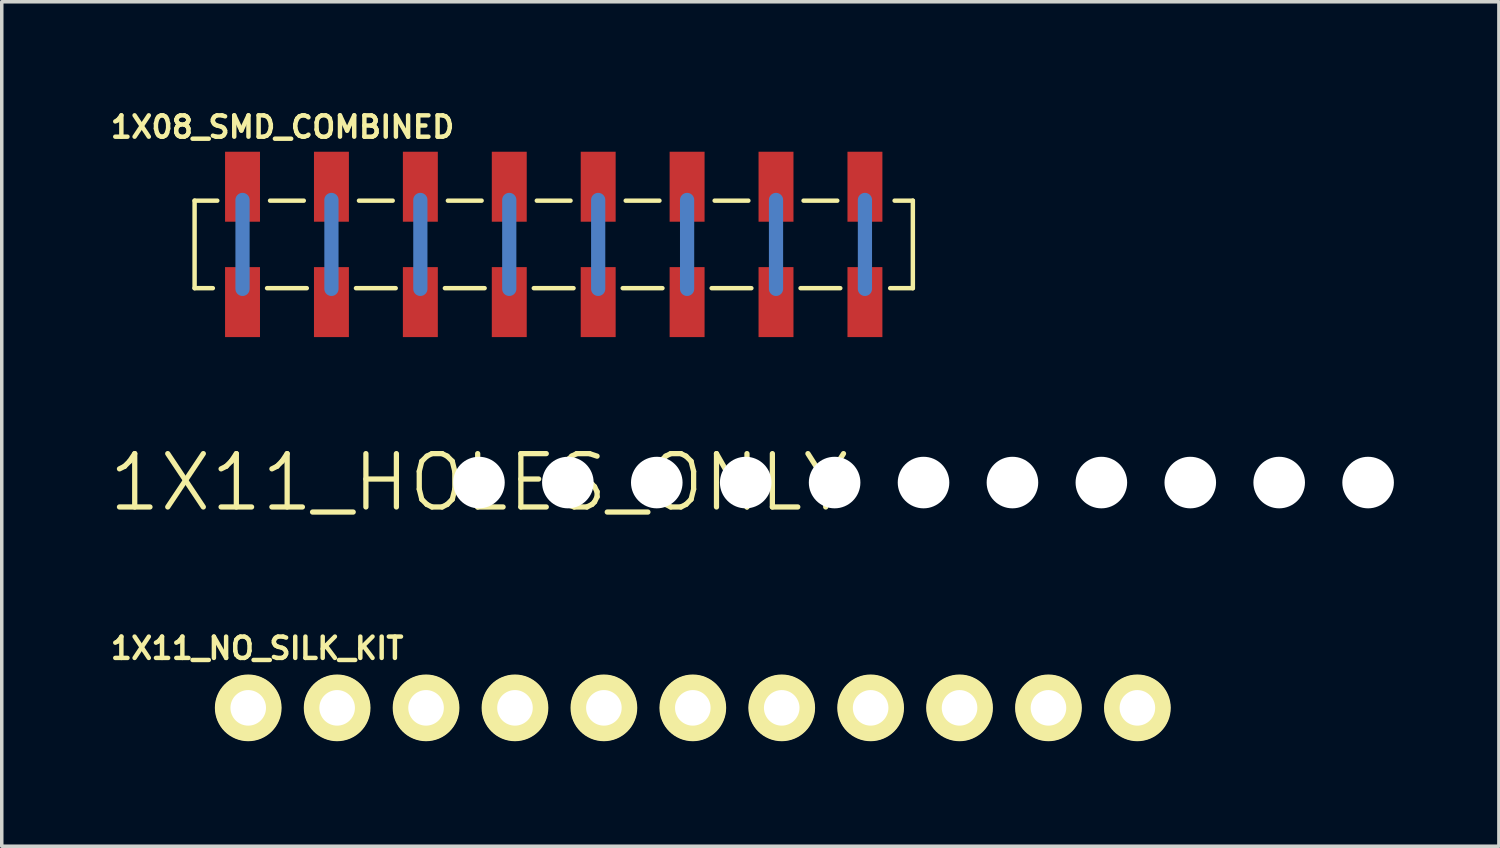
<source format=kicad_pcb>
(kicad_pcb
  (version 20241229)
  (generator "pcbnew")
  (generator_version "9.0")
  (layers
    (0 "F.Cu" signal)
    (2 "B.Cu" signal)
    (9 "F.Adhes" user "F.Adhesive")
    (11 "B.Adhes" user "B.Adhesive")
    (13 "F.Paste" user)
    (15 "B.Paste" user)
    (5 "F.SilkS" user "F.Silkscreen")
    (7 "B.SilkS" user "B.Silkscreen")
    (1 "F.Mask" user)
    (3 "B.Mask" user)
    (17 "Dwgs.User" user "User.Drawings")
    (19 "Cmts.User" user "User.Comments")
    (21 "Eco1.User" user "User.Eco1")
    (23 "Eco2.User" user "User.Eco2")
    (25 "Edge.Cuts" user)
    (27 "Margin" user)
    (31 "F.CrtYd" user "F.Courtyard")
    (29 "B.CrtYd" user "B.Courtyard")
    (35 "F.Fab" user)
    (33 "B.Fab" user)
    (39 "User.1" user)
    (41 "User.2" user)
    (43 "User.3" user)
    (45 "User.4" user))
  (footprint "1X11_HOLES_ONLY"
    (layer "F.Cu")
    (at 10.632 10.735)
    (property "Reference" "1X11_HOLES_ONLY" (at 0 0 0) (layer "F.SilkS") (effects (font (size 1.524 1.524) (thickness 0.15))))
    (attr exclude_from_pos_files exclude_from_bom)
    (fp_circle (center 0 0) (end 0 -0.635) (stroke (width 0.127) (type solid)) (fill no) (layer "Dwgs.User"))
    (fp_circle (center 2.54 0) (end 2.54 -0.635) (stroke (width 0.127) (type solid)) (fill no) (layer "Dwgs.User"))
    (fp_circle (center 5.08 0) (end 5.08 -0.635) (stroke (width 0.127) (type solid)) (fill no) (layer "Dwgs.User"))
    (fp_circle (center 7.62 0) (end 7.62 -0.635) (stroke (width 0.127) (type solid)) (fill no) (layer "Dwgs.User"))
    (fp_circle (center 10.16 0) (end 10.16 -0.635) (stroke (width 0.127) (type solid)) (fill no) (layer "Dwgs.User"))
    (fp_circle (center 12.7 0) (end 12.7 -0.635) (stroke (width 0.127) (type solid)) (fill no) (layer "Dwgs.User"))
    (fp_circle (center 15.24 0) (end 15.24 -0.635) (stroke (width 0.127) (type solid)) (fill no) (layer "Dwgs.User"))
    (fp_circle (center 17.78 0) (end 17.78 -0.635) (stroke (width 0.127) (type solid)) (fill no) (layer "Dwgs.User"))
    (fp_circle (center 20.32 0) (end 20.32 -0.635) (stroke (width 0.127) (type solid)) (fill no) (layer "Dwgs.User"))
    (fp_circle (center 22.86 0) (end 22.86 -0.635) (stroke (width 0.127) (type solid)) (fill no) (layer "Dwgs.User"))
    (fp_circle (center 25.4 0) (end 25.4 -0.635) (stroke (width 0.127) (type solid)) (fill no) (layer "Dwgs.User"))
    (pad "" np_thru_hole circle (at 0 0) (size 1.473 1.473) (drill 1.473) (layers "*.Cu" "*.Mask"))
    (pad "" np_thru_hole circle (at 2.54 0) (size 1.473 1.473) (drill 1.473) (layers "*.Cu" "*.Mask"))
    (pad "" np_thru_hole circle (at 5.08 0) (size 1.473 1.473) (drill 1.473) (layers "*.Cu" "*.Mask"))
    (pad "" np_thru_hole circle (at 7.62 0) (size 1.473 1.473) (drill 1.473) (layers "*.Cu" "*.Mask"))
    (pad "" np_thru_hole circle (at 10.16 0) (size 1.473 1.473) (drill 1.473) (layers "*.Cu" "*.Mask"))
    (pad "" np_thru_hole circle (at 12.7 0) (size 1.473 1.473) (drill 1.473) (layers "*.Cu" "*.Mask"))
    (pad "" np_thru_hole circle (at 15.24 0) (size 1.473 1.473) (drill 1.473) (layers "*.Cu" "*.Mask"))
    (pad "" np_thru_hole circle (at 17.78 0) (size 1.473 1.473) (drill 1.473) (layers "*.Cu" "*.Mask"))
    (pad "" np_thru_hole circle (at 20.32 0) (size 1.473 1.473) (drill 1.473) (layers "*.Cu" "*.Mask"))
    (pad "" np_thru_hole circle (at 22.86 0) (size 1.473 1.473) (drill 1.473) (layers "*.Cu" "*.Mask"))
    (pad "" np_thru_hole circle (at 25.4 0) (size 1.473 1.473) (drill 1.473) (layers "*.Cu" "*.Mask"))
    (pad "1" thru_hole circle (at 0 0) (size 0.813 0.813) (drill 0.889) (layers "*.Cu" "*.Paste" "*.Mask"))
    (pad "2" thru_hole circle (at 2.54 0) (size 0.813 0.813) (drill 0.889) (layers "*.Cu" "*.Paste" "*.Mask"))
    (pad "3" thru_hole circle (at 5.08 0) (size 0.813 0.813) (drill 0.889) (layers "*.Cu" "*.Paste" "*.Mask"))
    (pad "4" thru_hole circle (at 7.62 0) (size 0.813 0.813) (drill 0.889) (layers "*.Cu" "*.Paste" "*.Mask"))
    (pad "5" thru_hole circle (at 10.16 0) (size 0.813 0.813) (drill 0.889) (layers "*.Cu" "*.Paste" "*.Mask"))
    (pad "6" thru_hole circle (at 12.7 0) (size 0.813 0.813) (drill 0.889) (layers "*.Cu" "*.Paste" "*.Mask"))
    (pad "7" thru_hole circle (at 15.24 0) (size 0.813 0.813) (drill 0.889) (layers "*.Cu" "*.Paste" "*.Mask"))
    (pad "8" thru_hole circle (at 17.78 0) (size 0.813 0.813) (drill 0.889) (layers "*.Cu" "*.Paste" "*.Mask"))
    (pad "9" thru_hole circle (at 20.32 0) (size 0.813 0.813) (drill 0.889) (layers "*.Cu" "*.Paste" "*.Mask"))
    (pad "10" thru_hole circle (at 22.86 0) (size 0.813 0.813) (drill 0.889) (layers "*.Cu" "*.Paste" "*.Mask"))
    (pad "11" thru_hole circle (at 25.4 0) (size 0.813 0.813) (drill 0.889) (layers "*.Cu" "*.Paste" "*.Mask")))
  (footprint "1X08_SMD_COMBINED"
    (layer "F.Cu")
    (at 3.878 3.932)
    (property "Reference" "1X08_SMD_COMBINED" (at 1.143 -3.353 0) (layer "F.SilkS") (effects (font (size 0.61 0.61) (thickness 0.127))))
    (attr smd)
    (fp_line (start 0 -1.27) (end 0 1.27) (stroke (width 0.406) (type solid)) (layer "B.Cu"))
    (fp_line (start 2.54 -1.27) (end 2.54 1.27) (stroke (width 0.406) (type solid)) (layer "B.Cu"))
    (fp_line (start 5.08 -1.27) (end 5.08 1.27) (stroke (width 0.406) (type solid)) (layer "B.Cu"))
    (fp_line (start 7.62 -1.27) (end 7.62 1.27) (stroke (width 0.406) (type solid)) (layer "B.Cu"))
    (fp_line (start 10.16 -1.27) (end 10.16 1.27) (stroke (width 0.406) (type solid)) (layer "B.Cu"))
    (fp_line (start 12.7 -1.27) (end 12.7 1.27) (stroke (width 0.406) (type solid)) (layer "B.Cu"))
    (fp_line (start 15.24 -1.27) (end 15.24 1.27) (stroke (width 0.406) (type solid)) (layer "B.Cu"))
    (fp_line (start 17.78 -1.27) (end 17.78 1.27) (stroke (width 0.406) (type solid)) (layer "B.Cu"))
    (fp_line (start -1.369 -1.25) (end -0.721 -1.25) (stroke (width 0.127) (type solid)) (layer "F.SilkS"))
    (fp_line (start -1.369 1.25) (end -1.369 -1.25) (stroke (width 0.127) (type solid)) (layer "F.SilkS"))
    (fp_line (start -0.848 1.25) (end -1.369 1.25) (stroke (width 0.127) (type solid)) (layer "F.SilkS"))
    (fp_line (start 0.787 -1.25) (end 1.75 -1.25) (stroke (width 0.127) (type solid)) (layer "F.SilkS"))
    (fp_line (start 1.836 1.25) (end 0.701 1.25) (stroke (width 0.127) (type solid)) (layer "F.SilkS"))
    (fp_line (start 3.327 -1.25) (end 4.29 -1.25) (stroke (width 0.127) (type solid)) (layer "F.SilkS"))
    (fp_line (start 4.376 1.25) (end 3.241 1.25) (stroke (width 0.127) (type solid)) (layer "F.SilkS"))
    (fp_line (start 5.867 -1.25) (end 6.83 -1.25) (stroke (width 0.127) (type solid)) (layer "F.SilkS"))
    (fp_line (start 6.916 1.25) (end 5.781 1.25) (stroke (width 0.127) (type solid)) (layer "F.SilkS"))
    (fp_line (start 8.407 -1.25) (end 9.37 -1.25) (stroke (width 0.127) (type solid)) (layer "F.SilkS"))
    (fp_line (start 9.456 1.25) (end 8.321 1.25) (stroke (width 0.127) (type solid)) (layer "F.SilkS"))
    (fp_line (start 10.947 -1.25) (end 11.91 -1.25) (stroke (width 0.127) (type solid)) (layer "F.SilkS"))
    (fp_line (start 11.996 1.25) (end 10.861 1.25) (stroke (width 0.127) (type solid)) (layer "F.SilkS"))
    (fp_line (start 13.487 -1.25) (end 14.45 -1.25) (stroke (width 0.127) (type solid)) (layer "F.SilkS"))
    (fp_line (start 14.536 1.25) (end 13.401 1.25) (stroke (width 0.127) (type solid)) (layer "F.SilkS"))
    (fp_line (start 16.027 -1.25) (end 16.99 -1.25) (stroke (width 0.127) (type solid)) (layer "F.SilkS"))
    (fp_line (start 17.076 1.25) (end 15.941 1.25) (stroke (width 0.127) (type solid)) (layer "F.SilkS"))
    (fp_line (start 18.628 -1.25) (end 19.149 -1.25) (stroke (width 0.127) (type solid)) (layer "F.SilkS"))
    (fp_line (start 19.149 -1.25) (end 19.149 1.25) (stroke (width 0.127) (type solid)) (layer "F.SilkS"))
    (fp_line (start 19.149 1.25) (end 18.501 1.25) (stroke (width 0.127) (type solid)) (layer "F.SilkS"))
    (pad "1" smd rect (at 0 -1.648 90) (size 1.999 0.998) (layers "F.Cu" "F.Mask" "F.Paste"))
    (pad "1@2" smd rect (at 0 1.648 270) (size 1.999 0.998) (layers "F.Cu" "F.Mask" "F.Paste"))
    (pad "2" smd rect (at 2.54 1.648 90) (size 1.999 0.998) (layers "F.Cu" "F.Mask" "F.Paste"))
    (pad "2@2" smd rect (at 2.54 -1.648 270) (size 1.999 0.998) (layers "F.Cu" "F.Mask" "F.Paste"))
    (pad "3" smd rect (at 5.08 -1.648 90) (size 1.999 0.998) (layers "F.Cu" "F.Mask" "F.Paste"))
    (pad "3@2" smd rect (at 5.08 1.648 270) (size 1.999 0.998) (layers "F.Cu" "F.Mask" "F.Paste"))
    (pad "4" smd rect (at 7.62 1.648 90) (size 1.999 0.998) (layers "F.Cu" "F.Mask" "F.Paste"))
    (pad "4@2" smd rect (at 7.62 -1.648 270) (size 1.999 0.998) (layers "F.Cu" "F.Mask" "F.Paste"))
    (pad "5" smd rect (at 10.16 -1.648 90) (size 1.999 0.998) (layers "F.Cu" "F.Mask" "F.Paste"))
    (pad "5@2" smd rect (at 10.16 1.648 270) (size 1.999 0.998) (layers "F.Cu" "F.Mask" "F.Paste"))
    (pad "6" smd rect (at 12.7 1.648 90) (size 1.999 0.998) (layers "F.Cu" "F.Mask" "F.Paste"))
    (pad "6@2" smd rect (at 12.7 -1.648 270) (size 1.999 0.998) (layers "F.Cu" "F.Mask" "F.Paste"))
    (pad "7" smd rect (at 15.24 -1.648 90) (size 1.999 0.998) (layers "F.Cu" "F.Mask" "F.Paste"))
    (pad "7@2" smd rect (at 15.24 1.648 270) (size 1.999 0.998) (layers "F.Cu" "F.Mask" "F.Paste"))
    (pad "8" smd rect (at 17.78 1.648 270) (size 1.999 0.998) (layers "F.Cu" "F.Mask" "F.Paste"))
    (pad "8@2" smd rect (at 17.78 -1.648 270) (size 1.999 0.998) (layers "F.Cu" "F.Mask" "F.Paste")))
  (footprint "1X11_NO_SILK_KIT"
    (layer "F.Cu")
    (at 4.041 17.171)
    (property "Reference" "1X11_NO_SILK_KIT" (at 0.254 -1.702 0) (layer "F.SilkS") (effects (font (size 0.61 0.61) (thickness 0.127))))
    (attr exclude_from_pos_files exclude_from_bom)
    (fp_circle (center 0 0) (end 0 -0.953) (stroke (width 0) (type solid)) (fill yes) (layer "F.SilkS"))
    (fp_circle (center 0 0) (end 0 -0.508) (stroke (width 0) (type solid)) (fill yes) (layer "F.SilkS"))
    (fp_circle (center 2.54 0) (end 2.54 -0.953) (stroke (width 0) (type solid)) (fill yes) (layer "F.SilkS"))
    (fp_circle (center 2.54 0) (end 2.54 -0.508) (stroke (width 0) (type solid)) (fill yes) (layer "F.SilkS"))
    (fp_circle (center 5.08 0) (end 5.08 -0.953) (stroke (width 0) (type solid)) (fill yes) (layer "F.SilkS"))
    (fp_circle (center 5.08 0) (end 5.08 -0.508) (stroke (width 0) (type solid)) (fill yes) (layer "F.SilkS"))
    (fp_circle (center 7.62 0) (end 7.62 -0.953) (stroke (width 0) (type solid)) (fill yes) (layer "F.SilkS"))
    (fp_circle (center 7.62 0) (end 7.62 -0.508) (stroke (width 0) (type solid)) (fill yes) (layer "F.SilkS"))
    (fp_circle (center 10.16 0) (end 10.16 -0.953) (stroke (width 0) (type solid)) (fill yes) (layer "F.SilkS"))
    (fp_circle (center 10.16 0) (end 10.16 -0.508) (stroke (width 0) (type solid)) (fill yes) (layer "F.SilkS"))
    (fp_circle (center 12.7 0) (end 12.7 -0.953) (stroke (width 0) (type solid)) (fill yes) (layer "F.SilkS"))
    (fp_circle (center 12.7 0) (end 12.7 -0.508) (stroke (width 0) (type solid)) (fill yes) (layer "F.SilkS"))
    (fp_circle (center 15.24 0) (end 15.24 -0.953) (stroke (width 0) (type solid)) (fill yes) (layer "F.SilkS"))
    (fp_circle (center 15.24 0) (end 15.24 -0.508) (stroke (width 0) (type solid)) (fill yes) (layer "F.SilkS"))
    (fp_circle (center 17.78 0) (end 17.78 -0.953) (stroke (width 0) (type solid)) (fill yes) (layer "F.SilkS"))
    (fp_circle (center 17.78 0) (end 17.78 -0.508) (stroke (width 0) (type solid)) (fill yes) (layer "F.SilkS"))
    (fp_circle (center 20.32 0) (end 20.32 -0.953) (stroke (width 0) (type solid)) (fill yes) (layer "F.SilkS"))
    (fp_circle (center 20.32 0) (end 20.32 -0.508) (stroke (width 0) (type solid)) (fill yes) (layer "F.SilkS"))
    (fp_circle (center 22.86 0) (end 22.86 -0.953) (stroke (width 0) (type solid)) (fill yes) (layer "F.SilkS"))
    (fp_circle (center 22.86 0) (end 22.86 -0.508) (stroke (width 0) (type solid)) (fill yes) (layer "F.SilkS"))
    (fp_circle (center 25.4 0) (end 25.4 -0.953) (stroke (width 0) (type solid)) (fill yes) (layer "F.SilkS"))
    (fp_circle (center 25.4 0) (end 25.4 -0.508) (stroke (width 0) (type solid)) (fill yes) (layer "F.SilkS"))
    (pad "1" thru_hole circle (at 0 0) (size 1.88 1.88) (drill 1.016) (layers "*.Cu" "*.Paste" "*.Mask"))
    (pad "2" thru_hole circle (at 2.54 0) (size 1.88 1.88) (drill 1.016) (layers "*.Cu" "*.Paste" "*.Mask"))
    (pad "3" thru_hole circle (at 5.08 0) (size 1.88 1.88) (drill 1.016) (layers "*.Cu" "*.Paste" "*.Mask"))
    (pad "4" thru_hole circle (at 7.62 0) (size 1.88 1.88) (drill 1.016) (layers "*.Cu" "*.Paste" "*.Mask"))
    (pad "5" thru_hole circle (at 10.16 0) (size 1.88 1.88) (drill 1.016) (layers "*.Cu" "*.Paste" "*.Mask"))
    (pad "6" thru_hole circle (at 12.7 0) (size 1.88 1.88) (drill 1.016) (layers "*.Cu" "*.Paste" "*.Mask"))
    (pad "7" thru_hole circle (at 15.24 0) (size 1.88 1.88) (drill 1.016) (layers "*.Cu" "*.Paste" "*.Mask"))
    (pad "8" thru_hole circle (at 17.78 0) (size 1.88 1.88) (drill 1.016) (layers "*.Cu" "*.Paste" "*.Mask"))
    (pad "9" thru_hole circle (at 20.32 0) (size 1.88 1.88) (drill 1.016) (layers "*.Cu" "*.Paste" "*.Mask"))
    (pad "10" thru_hole circle (at 22.86 0) (size 1.88 1.88) (drill 1.016) (layers "*.Cu" "*.Paste" "*.Mask"))
    (pad "11" thru_hole circle (at 25.4 0) (size 1.88 1.88) (drill 1.016) (layers "*.Cu" "*.Paste" "*.Mask")))
  (gr_rect
    (start -3 -3)
    (end 39.768 21.124)
    (stroke (width 0.1) (type default))
    (fill no)
    (layer "Edge.Cuts")))
</source>
